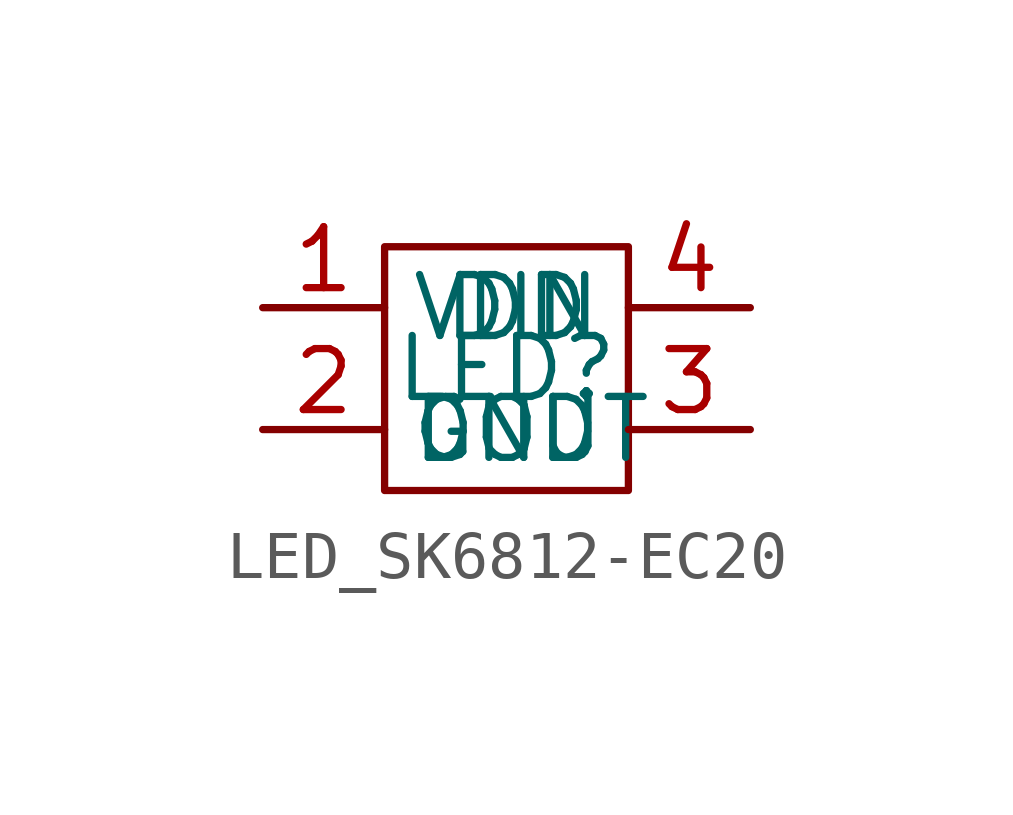
<source format=kicad_sym>
(kicad_symbol_lib
  (version 20231120)
  (generator "kicad_symbol_editor")
  (generator_version "8.0")
  (symbol "LED_SK6812-EC20"
    (property "Reference" "LED"
      (at 0 0 0)
      (effects (font (size 1.27 1.27))))
    (property "Value" ""
      (at 0 0 0)
      (effects (font (size 1.27 1.27))))
    (symbol "LED_SK6812-EC20_0_1"
      (rectangle (start -2.54 2.54) (end 2.54 -2.54) (stroke (width 0) (type default)) (fill (type none))))
    (symbol "LED_SK6812-EC20_1_1"
      (pin power_in line (at -5.08 1.27 0) (length 2.54) (name "VDD" (effects (font (size 1.27 1.27)))) (number "1" (effects (font (size 1.27 1.27)))))
      (pin bidirectional line (at -5.08 -1.27 0) (length 2.54) (name "DOUT" (effects (font (size 1.27 1.27)))) (number "2" (effects (font (size 1.27 1.27)))))
      (pin power_in line (at 5.08 -1.27 180) (length 2.54) (name "GND" (effects (font (size 1.27 1.27)))) (number "3" (effects (font (size 1.27 1.27)))))
      (pin bidirectional line (at 5.08 1.27 180) (length 2.54) (name "DIN" (effects (font (size 1.27 1.27)))) (number "4" (effects (font (size 1.27 1.27))))))))
</source>
